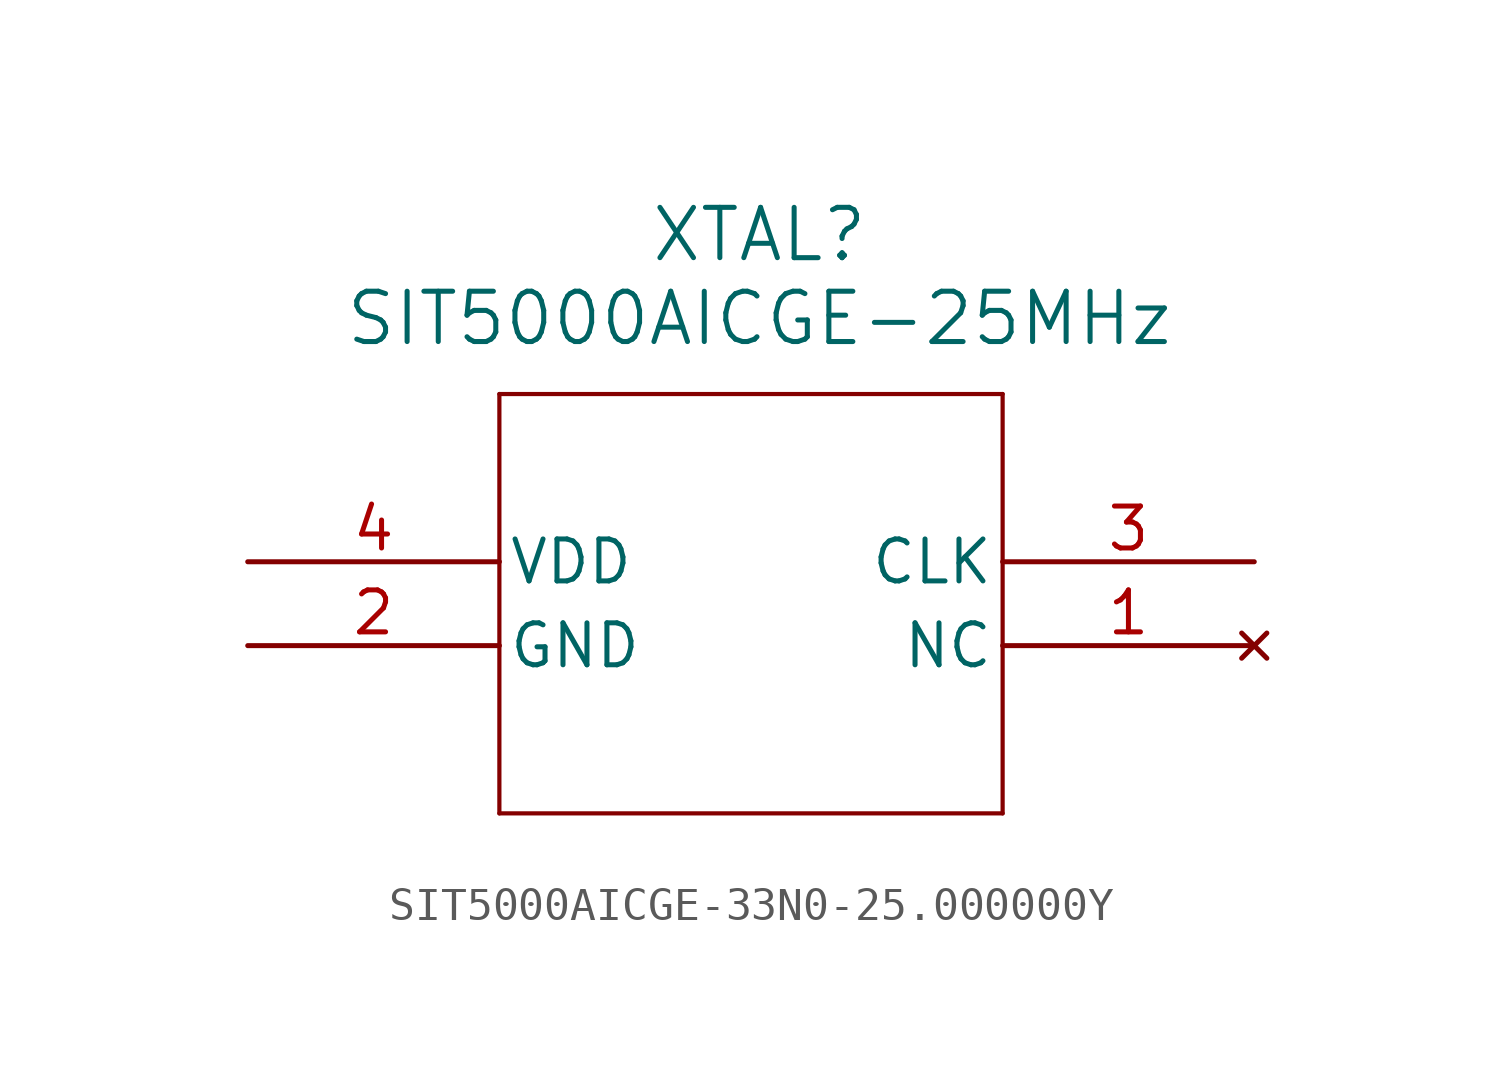
<source format=kicad_sym>
(kicad_symbol_lib
  (version 20241209)
  (generator "kicad_symbol_editor")
  (generator_version "9.0")
  (symbol "SIT5000AICGE-33N0-25.000000Y"
    (pin_names
      (offset 0.254))
    (property "Reference" "XTAL"
      (at 15.494 9.906 0)
      (effects (font (size 1.524 1.524))))
    (property "Value" "SIT5000AICGE-25MHz"
      (at 15.494 7.366 0)
      (effects (font (size 1.524 1.524))))
    (symbol "SIT5000AICGE-33N0-25.000000Y_0_1"
      (polyline (pts (xy 7.62 5.08) (xy 7.62 -7.62)) (stroke (width 0.127) (type default)) (fill (type none)))
      (polyline (pts (xy 7.62 -7.62) (xy 22.86 -7.62)) (stroke (width 0.127) (type default)) (fill (type none)))
      (polyline (pts (xy 22.86 5.08) (xy 7.62 5.08)) (stroke (width 0.127) (type default)) (fill (type none)))
      (polyline (pts (xy 22.86 -7.62) (xy 22.86 5.08)) (stroke (width 0.127) (type default)) (fill (type none)))
      (pin power_in line (at 0 0 0) (length 7.62) (name "VDD" (effects (font (size 1.27 1.27)))) (number "4" (effects (font (size 1.27 1.27)))))
      (pin power_out line (at 0 -2.54 0) (length 7.62) (name "GND" (effects (font (size 1.27 1.27)))) (number "2" (effects (font (size 1.27 1.27)))))
      (pin output line (at 30.48 0 180) (length 7.62) (name "CLK" (effects (font (size 1.27 1.27)))) (number "3" (effects (font (size 1.27 1.27)))))
      (pin no_connect line (at 30.48 -2.54 180) (length 7.62) (name "NC" (effects (font (size 1.27 1.27)))) (number "1" (effects (font (size 1.27 1.27))))))))
</source>
